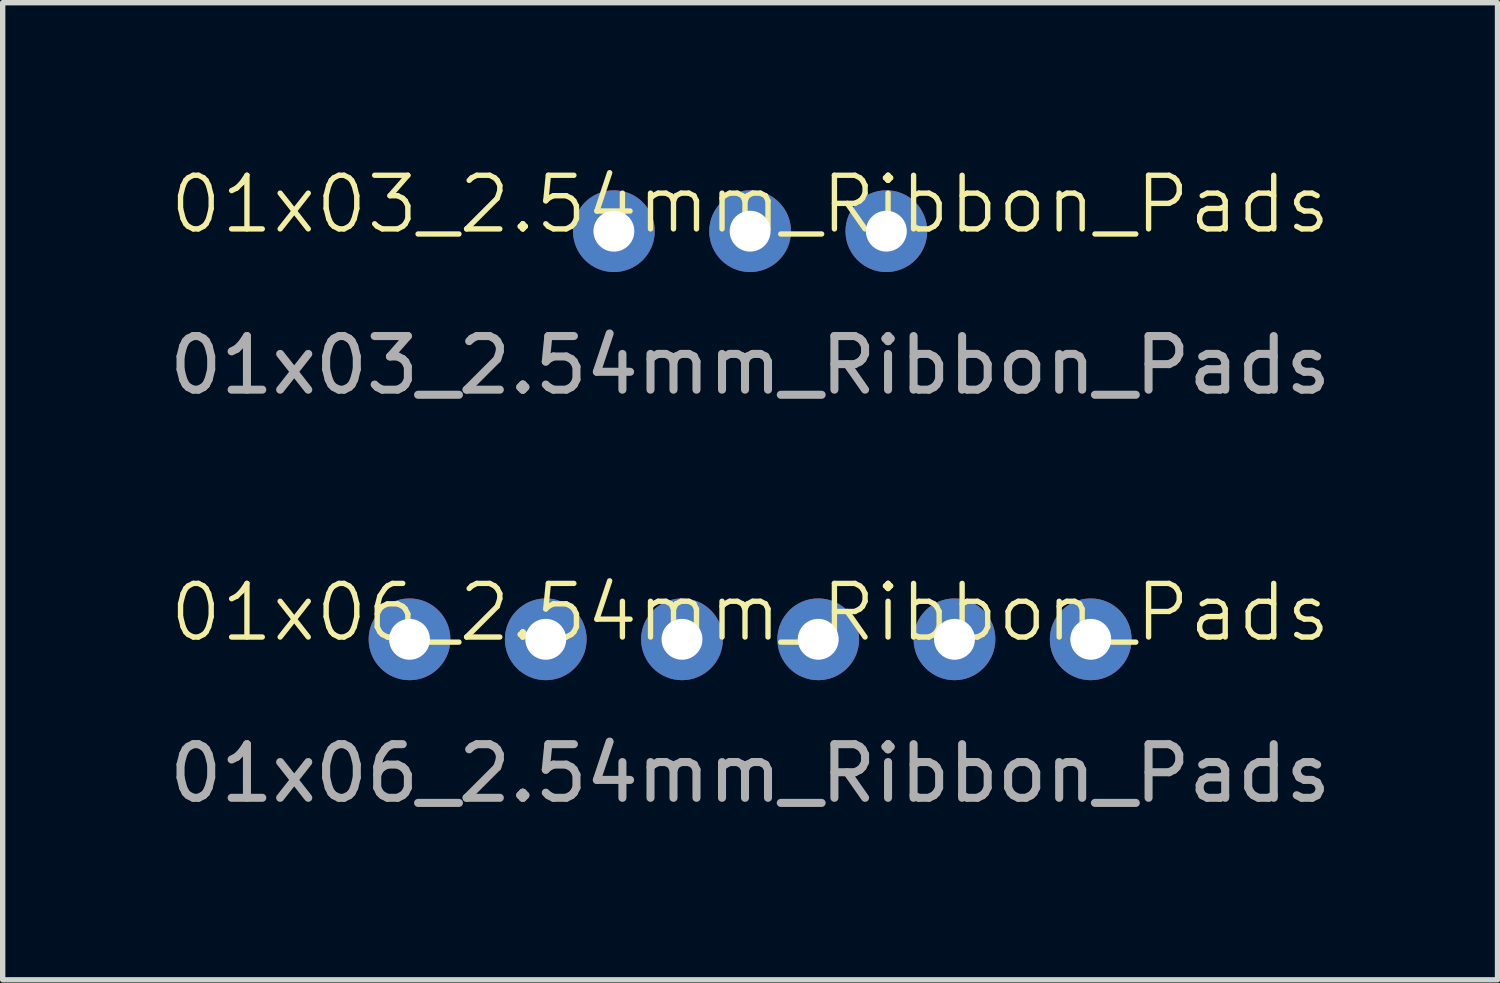
<source format=kicad_pcb>
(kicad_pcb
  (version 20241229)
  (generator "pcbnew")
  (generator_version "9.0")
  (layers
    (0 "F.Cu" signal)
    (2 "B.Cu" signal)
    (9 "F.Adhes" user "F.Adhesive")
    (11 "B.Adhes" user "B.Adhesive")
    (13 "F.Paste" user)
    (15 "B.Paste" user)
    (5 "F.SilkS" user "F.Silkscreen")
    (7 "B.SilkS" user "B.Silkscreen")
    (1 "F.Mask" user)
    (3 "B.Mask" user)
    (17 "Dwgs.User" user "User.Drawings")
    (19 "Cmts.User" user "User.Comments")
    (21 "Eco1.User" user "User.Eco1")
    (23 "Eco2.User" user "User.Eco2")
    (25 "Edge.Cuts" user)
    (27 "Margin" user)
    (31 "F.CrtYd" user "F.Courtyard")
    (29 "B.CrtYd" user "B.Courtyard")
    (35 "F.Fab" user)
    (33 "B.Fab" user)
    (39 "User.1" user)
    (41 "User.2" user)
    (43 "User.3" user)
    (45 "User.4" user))
  (footprint "01x03_2.54mm_Ribbon_Pads"
    (layer "F.Cu")
    (at 10.935 1.26)
    (property "Reference" "01x03_2.54mm_Ribbon_Pads" (at 0 -0.5 0) (unlocked yes) (layer "F.SilkS") (effects (font (size 1 1) (thickness 0.1))))
    (attr through_hole)
    (fp_text user "${REFERENCE}" (at 0 2.5 0) (unlocked yes) (layer "F.Fab") (effects (font (size 1 1) (thickness 0.15))))
    (pad "1" thru_hole circle (at -2.54 0) (size 1.524 1.524) (drill 0.762) (layers "*.Cu" "*.Mask"))
    (pad "2" thru_hole circle (at 0 0) (size 1.524 1.524) (drill 0.762) (layers "*.Cu" "*.Mask"))
    (pad "3" thru_hole circle (at 2.54 0) (size 1.524 1.524) (drill 0.762) (layers "*.Cu" "*.Mask")))
  (footprint "01x06_2.54mm_Ribbon_Pads"
    (layer "F.Cu")
    (at 10.935 8.869)
    (property "Reference" "01x06_2.54mm_Ribbon_Pads" (at 0 -0.5 0) (unlocked yes) (layer "F.SilkS") (effects (font (size 1 1) (thickness 0.1))))
    (attr through_hole)
    (fp_text user "${REFERENCE}" (at 0 2.5 0) (unlocked yes) (layer "F.Fab") (effects (font (size 1 1) (thickness 0.15))))
    (pad "1" thru_hole circle (at -6.35 0) (size 1.524 1.524) (drill 0.762) (layers "*.Cu" "*.Mask"))
    (pad "2" thru_hole circle (at -3.81 0) (size 1.524 1.524) (drill 0.762) (layers "*.Cu" "*.Mask"))
    (pad "3" thru_hole circle (at -1.27 0) (size 1.524 1.524) (drill 0.762) (layers "*.Cu" "*.Mask"))
    (pad "4" thru_hole circle (at 1.27 0) (size 1.524 1.524) (drill 0.762) (layers "*.Cu" "*.Mask"))
    (pad "5" thru_hole circle (at 3.81 0) (size 1.524 1.524) (drill 0.762) (layers "*.Cu" "*.Mask"))
    (pad "6" thru_hole circle (at 6.35 0) (size 1.524 1.524) (drill 0.762) (layers "*.Cu" "*.Mask")))
  (gr_rect
    (start -3 -3)
    (end 24.869 15.217)
    (stroke (width 0.1) (type default))
    (fill no)
    (layer "Edge.Cuts")))
</source>
